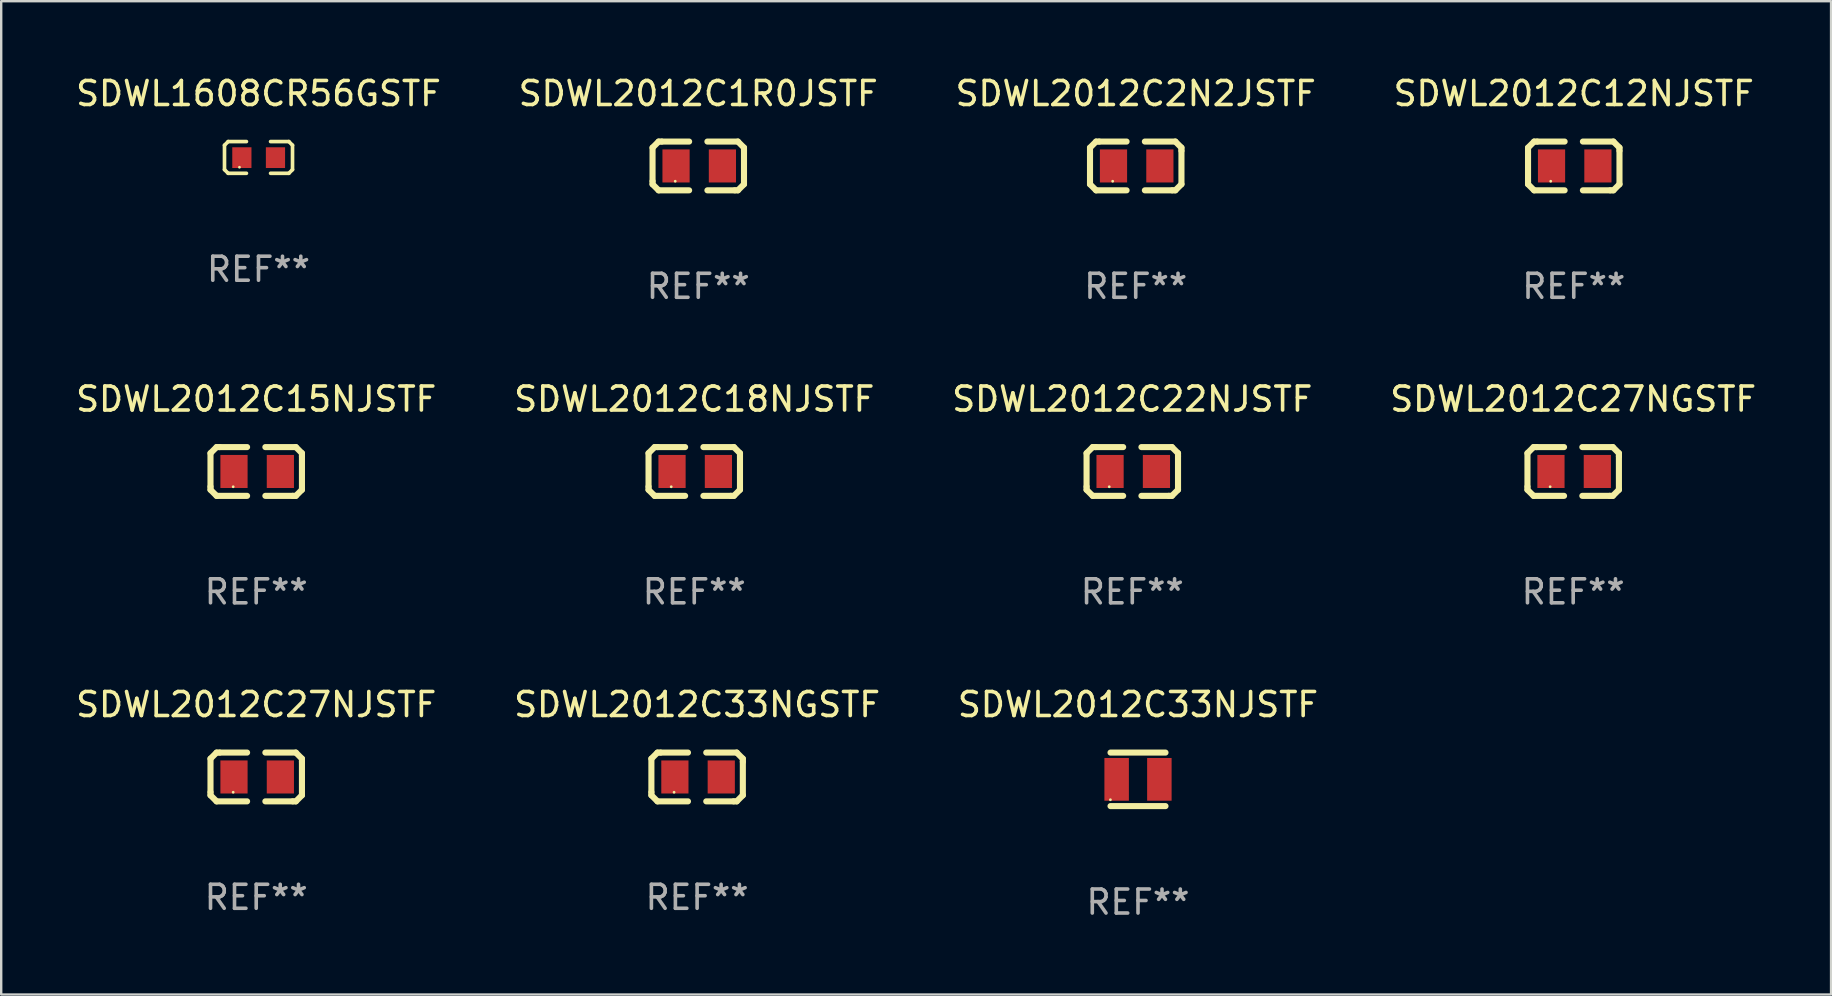
<source format=kicad_pcb>
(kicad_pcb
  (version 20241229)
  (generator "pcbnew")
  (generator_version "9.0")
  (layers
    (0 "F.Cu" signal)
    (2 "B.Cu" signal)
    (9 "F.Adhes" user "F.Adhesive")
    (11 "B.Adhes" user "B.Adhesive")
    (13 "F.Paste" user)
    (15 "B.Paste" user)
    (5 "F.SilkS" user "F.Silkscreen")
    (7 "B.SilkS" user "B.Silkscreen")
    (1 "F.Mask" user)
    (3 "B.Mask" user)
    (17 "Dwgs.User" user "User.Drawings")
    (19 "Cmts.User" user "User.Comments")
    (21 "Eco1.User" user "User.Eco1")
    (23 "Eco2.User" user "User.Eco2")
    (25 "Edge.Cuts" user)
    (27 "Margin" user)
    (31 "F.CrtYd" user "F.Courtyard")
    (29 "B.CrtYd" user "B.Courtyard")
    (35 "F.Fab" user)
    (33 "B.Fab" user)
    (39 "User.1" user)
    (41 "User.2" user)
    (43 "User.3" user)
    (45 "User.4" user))
  (footprint "SDWL2012C15NJSTF"
    (layer "F.Cu")
    (at 7.625 16.593)
    (property "Reference" "SDWL2012C15NJSTF" (at 0 -3.016 0) (layer "F.SilkS") (effects (font (size 1 1) (thickness 0.15))))
    (attr through_hole)
    (fp_line (start -1.905 -0.762) (end -1.905 0.635) (stroke (width 0.254) (type solid)) (layer "F.SilkS"))
    (fp_line (start -1.905 0.635) (end -1.905 0.762) (stroke (width 0.254) (type solid)) (layer "F.SilkS"))
    (fp_line (start -1.905 0.762) (end -1.651 1.016) (stroke (width 0.254) (type solid)) (layer "F.SilkS"))
    (fp_line (start -1.651 -1.016) (end -1.905 -0.762) (stroke (width 0.254) (type solid)) (layer "F.SilkS"))
    (fp_line (start -1.651 1.016) (end -0.381 1.016) (stroke (width 0.254) (type solid)) (layer "F.SilkS"))
    (fp_line (start -1.524 -1.016) (end -1.651 -1.016) (stroke (width 0.254) (type solid)) (layer "F.SilkS"))
    (fp_line (start -0.381 -1.016) (end -1.524 -1.016) (stroke (width 0.254) (type solid)) (layer "F.SilkS"))
    (fp_line (start 0.381 1.016) (end 1.524 1.016) (stroke (width 0.254) (type solid)) (layer "F.SilkS"))
    (fp_line (start 1.524 1.016) (end 1.651 1.016) (stroke (width 0.254) (type solid)) (layer "F.SilkS"))
    (fp_line (start 1.651 -1.016) (end 0.381 -1.016) (stroke (width 0.254) (type solid)) (layer "F.SilkS"))
    (fp_line (start 1.651 1.016) (end 1.905 0.762) (stroke (width 0.254) (type solid)) (layer "F.SilkS"))
    (fp_line (start 1.905 -0.762) (end 1.651 -1.016) (stroke (width 0.254) (type solid)) (layer "F.SilkS"))
    (fp_line (start 1.905 -0.635) (end 1.905 -0.762) (stroke (width 0.254) (type solid)) (layer "F.SilkS"))
    (fp_line (start 1.905 0.762) (end 1.905 -0.635) (stroke (width 0.254) (type solid)) (layer "F.SilkS"))
    (fp_circle (center -0.96 0.637) (end -0.93 0.637) (stroke (width 0.06) (type solid)) (fill no) (layer "F.SilkS"))
    (fp_text user "REF**" (at 0 5.016 0) (layer "F.Fab") (effects (font (size 1 1) (thickness 0.15))))
    (pad "1" smd rect (at -0.926 -0.000051) (size 1.133 1.377) (layers "F.Cu" "F.Mask" "F.Paste"))
    (pad "2" smd rect (at 1.006 -0.000051) (size 1.133 1.377) (layers "F.Cu" "F.Mask" "F.Paste")))
  (footprint "SDWL2012C33NJSTF"
    (layer "F.Cu")
    (at 44.363 29.42)
    (property "Reference" "SDWL2012C33NJSTF" (at 0 -3.115 0) (layer "F.SilkS") (effects (font (size 1 1) (thickness 0.15))))
    (attr through_hole)
    (fp_line (start -1.145 -1.115) (end 1.145 -1.115) (stroke (width 0.254) (type solid)) (layer "F.SilkS"))
    (fp_line (start -1.145 1.115) (end 1.145 1.115) (stroke (width 0.254) (type solid)) (layer "F.SilkS"))
    (fp_circle (center -1.15 0.85) (end -1.12 0.85) (stroke (width 0.06) (type solid)) (fill no) (layer "F.SilkS"))
    (fp_text user "REF**" (at 0 5.115 0) (layer "F.Fab") (effects (font (size 1 1) (thickness 0.15))))
    (pad "1" smd rect (at -0.89 0 90) (size 1.78 1.02) (layers "F.Cu" "F.Mask" "F.Paste"))
    (pad "2" smd rect (at 0.89 0 90) (size 1.78 1.02) (layers "F.Cu" "F.Mask" "F.Paste")))
  (footprint "SDWL2012C22NJSTF"
    (layer "F.Cu")
    (at 44.125 16.593)
    (property "Reference" "SDWL2012C22NJSTF" (at 0 -3.016 0) (layer "F.SilkS") (effects (font (size 1 1) (thickness 0.15))))
    (attr through_hole)
    (fp_line (start -1.905 -0.762) (end -1.905 0.635) (stroke (width 0.254) (type solid)) (layer "F.SilkS"))
    (fp_line (start -1.905 0.635) (end -1.905 0.762) (stroke (width 0.254) (type solid)) (layer "F.SilkS"))
    (fp_line (start -1.905 0.762) (end -1.651 1.016) (stroke (width 0.254) (type solid)) (layer "F.SilkS"))
    (fp_line (start -1.651 -1.016) (end -1.905 -0.762) (stroke (width 0.254) (type solid)) (layer "F.SilkS"))
    (fp_line (start -1.651 1.016) (end -0.381 1.016) (stroke (width 0.254) (type solid)) (layer "F.SilkS"))
    (fp_line (start -1.524 -1.016) (end -1.651 -1.016) (stroke (width 0.254) (type solid)) (layer "F.SilkS"))
    (fp_line (start -0.381 -1.016) (end -1.524 -1.016) (stroke (width 0.254) (type solid)) (layer "F.SilkS"))
    (fp_line (start 0.381 1.016) (end 1.524 1.016) (stroke (width 0.254) (type solid)) (layer "F.SilkS"))
    (fp_line (start 1.524 1.016) (end 1.651 1.016) (stroke (width 0.254) (type solid)) (layer "F.SilkS"))
    (fp_line (start 1.651 -1.016) (end 0.381 -1.016) (stroke (width 0.254) (type solid)) (layer "F.SilkS"))
    (fp_line (start 1.651 1.016) (end 1.905 0.762) (stroke (width 0.254) (type solid)) (layer "F.SilkS"))
    (fp_line (start 1.905 -0.762) (end 1.651 -1.016) (stroke (width 0.254) (type solid)) (layer "F.SilkS"))
    (fp_line (start 1.905 -0.635) (end 1.905 -0.762) (stroke (width 0.254) (type solid)) (layer "F.SilkS"))
    (fp_line (start 1.905 0.762) (end 1.905 -0.635) (stroke (width 0.254) (type solid)) (layer "F.SilkS"))
    (fp_circle (center -0.96 0.637) (end -0.93 0.637) (stroke (width 0.06) (type solid)) (fill no) (layer "F.SilkS"))
    (fp_text user "REF**" (at 0 5.016 0) (layer "F.Fab") (effects (font (size 1 1) (thickness 0.15))))
    (pad "1" smd rect (at -0.926 -0.000051) (size 1.133 1.377) (layers "F.Cu" "F.Mask" "F.Paste"))
    (pad "2" smd rect (at 1.006 -0.000051) (size 1.133 1.377) (layers "F.Cu" "F.Mask" "F.Paste")))
  (footprint "SDWL2012C27NJSTF"
    (layer "F.Cu")
    (at 7.625 29.321)
    (property "Reference" "SDWL2012C27NJSTF" (at 0 -3.016 0) (layer "F.SilkS") (effects (font (size 1 1) (thickness 0.15))))
    (attr through_hole)
    (fp_line (start -1.905 -0.762) (end -1.905 0.635) (stroke (width 0.254) (type solid)) (layer "F.SilkS"))
    (fp_line (start -1.905 0.635) (end -1.905 0.762) (stroke (width 0.254) (type solid)) (layer "F.SilkS"))
    (fp_line (start -1.905 0.762) (end -1.651 1.016) (stroke (width 0.254) (type solid)) (layer "F.SilkS"))
    (fp_line (start -1.651 -1.016) (end -1.905 -0.762) (stroke (width 0.254) (type solid)) (layer "F.SilkS"))
    (fp_line (start -1.651 1.016) (end -0.381 1.016) (stroke (width 0.254) (type solid)) (layer "F.SilkS"))
    (fp_line (start -1.524 -1.016) (end -1.651 -1.016) (stroke (width 0.254) (type solid)) (layer "F.SilkS"))
    (fp_line (start -0.381 -1.016) (end -1.524 -1.016) (stroke (width 0.254) (type solid)) (layer "F.SilkS"))
    (fp_line (start 0.381 1.016) (end 1.524 1.016) (stroke (width 0.254) (type solid)) (layer "F.SilkS"))
    (fp_line (start 1.524 1.016) (end 1.651 1.016) (stroke (width 0.254) (type solid)) (layer "F.SilkS"))
    (fp_line (start 1.651 -1.016) (end 0.381 -1.016) (stroke (width 0.254) (type solid)) (layer "F.SilkS"))
    (fp_line (start 1.651 1.016) (end 1.905 0.762) (stroke (width 0.254) (type solid)) (layer "F.SilkS"))
    (fp_line (start 1.905 -0.762) (end 1.651 -1.016) (stroke (width 0.254) (type solid)) (layer "F.SilkS"))
    (fp_line (start 1.905 -0.635) (end 1.905 -0.762) (stroke (width 0.254) (type solid)) (layer "F.SilkS"))
    (fp_line (start 1.905 0.762) (end 1.905 -0.635) (stroke (width 0.254) (type solid)) (layer "F.SilkS"))
    (fp_circle (center -0.96 0.637) (end -0.93 0.637) (stroke (width 0.06) (type solid)) (fill no) (layer "F.SilkS"))
    (fp_text user "REF**" (at 0 5.016 0) (layer "F.Fab") (effects (font (size 1 1) (thickness 0.15))))
    (pad "1" smd rect (at -0.926 -0.000051) (size 1.133 1.377) (layers "F.Cu" "F.Mask" "F.Paste"))
    (pad "2" smd rect (at 1.006 -0.000051) (size 1.133 1.377) (layers "F.Cu" "F.Mask" "F.Paste")))
  (footprint "SDWL2012C1R0JSTF"
    (layer "F.Cu")
    (at 26.042 3.864)
    (property "Reference" "SDWL2012C1R0JSTF" (at 0 -3.016 0) (layer "F.SilkS") (effects (font (size 1 1) (thickness 0.15))))
    (attr through_hole)
    (fp_line (start -1.905 -0.762) (end -1.905 0.635) (stroke (width 0.254) (type solid)) (layer "F.SilkS"))
    (fp_line (start -1.905 0.635) (end -1.905 0.762) (stroke (width 0.254) (type solid)) (layer "F.SilkS"))
    (fp_line (start -1.905 0.762) (end -1.651 1.016) (stroke (width 0.254) (type solid)) (layer "F.SilkS"))
    (fp_line (start -1.651 -1.016) (end -1.905 -0.762) (stroke (width 0.254) (type solid)) (layer "F.SilkS"))
    (fp_line (start -1.651 1.016) (end -0.381 1.016) (stroke (width 0.254) (type solid)) (layer "F.SilkS"))
    (fp_line (start -1.524 -1.016) (end -1.651 -1.016) (stroke (width 0.254) (type solid)) (layer "F.SilkS"))
    (fp_line (start -0.381 -1.016) (end -1.524 -1.016) (stroke (width 0.254) (type solid)) (layer "F.SilkS"))
    (fp_line (start 0.381 1.016) (end 1.524 1.016) (stroke (width 0.254) (type solid)) (layer "F.SilkS"))
    (fp_line (start 1.524 1.016) (end 1.651 1.016) (stroke (width 0.254) (type solid)) (layer "F.SilkS"))
    (fp_line (start 1.651 -1.016) (end 0.381 -1.016) (stroke (width 0.254) (type solid)) (layer "F.SilkS"))
    (fp_line (start 1.651 1.016) (end 1.905 0.762) (stroke (width 0.254) (type solid)) (layer "F.SilkS"))
    (fp_line (start 1.905 -0.762) (end 1.651 -1.016) (stroke (width 0.254) (type solid)) (layer "F.SilkS"))
    (fp_line (start 1.905 -0.635) (end 1.905 -0.762) (stroke (width 0.254) (type solid)) (layer "F.SilkS"))
    (fp_line (start 1.905 0.762) (end 1.905 -0.635) (stroke (width 0.254) (type solid)) (layer "F.SilkS"))
    (fp_circle (center -0.96 0.637) (end -0.93 0.637) (stroke (width 0.06) (type solid)) (fill no) (layer "F.SilkS"))
    (fp_text user "REF**" (at 0 5.016 0) (layer "F.Fab") (effects (font (size 1 1) (thickness 0.15))))
    (pad "1" smd rect (at -0.926 -0.000051) (size 1.133 1.377) (layers "F.Cu" "F.Mask" "F.Paste"))
    (pad "2" smd rect (at 1.006 -0.000051) (size 1.133 1.377) (layers "F.Cu" "F.Mask" "F.Paste")))
  (footprint "SDWL2012C2N2JSTF"
    (layer "F.Cu")
    (at 44.268 3.864)
    (property "Reference" "SDWL2012C2N2JSTF" (at 0 -3.016 0) (layer "F.SilkS") (effects (font (size 1 1) (thickness 0.15))))
    (attr through_hole)
    (fp_line (start -1.905 -0.762) (end -1.905 0.635) (stroke (width 0.254) (type solid)) (layer "F.SilkS"))
    (fp_line (start -1.905 0.635) (end -1.905 0.762) (stroke (width 0.254) (type solid)) (layer "F.SilkS"))
    (fp_line (start -1.905 0.762) (end -1.651 1.016) (stroke (width 0.254) (type solid)) (layer "F.SilkS"))
    (fp_line (start -1.651 -1.016) (end -1.905 -0.762) (stroke (width 0.254) (type solid)) (layer "F.SilkS"))
    (fp_line (start -1.651 1.016) (end -0.381 1.016) (stroke (width 0.254) (type solid)) (layer "F.SilkS"))
    (fp_line (start -1.524 -1.016) (end -1.651 -1.016) (stroke (width 0.254) (type solid)) (layer "F.SilkS"))
    (fp_line (start -0.381 -1.016) (end -1.524 -1.016) (stroke (width 0.254) (type solid)) (layer "F.SilkS"))
    (fp_line (start 0.381 1.016) (end 1.524 1.016) (stroke (width 0.254) (type solid)) (layer "F.SilkS"))
    (fp_line (start 1.524 1.016) (end 1.651 1.016) (stroke (width 0.254) (type solid)) (layer "F.SilkS"))
    (fp_line (start 1.651 -1.016) (end 0.381 -1.016) (stroke (width 0.254) (type solid)) (layer "F.SilkS"))
    (fp_line (start 1.651 1.016) (end 1.905 0.762) (stroke (width 0.254) (type solid)) (layer "F.SilkS"))
    (fp_line (start 1.905 -0.762) (end 1.651 -1.016) (stroke (width 0.254) (type solid)) (layer "F.SilkS"))
    (fp_line (start 1.905 -0.635) (end 1.905 -0.762) (stroke (width 0.254) (type solid)) (layer "F.SilkS"))
    (fp_line (start 1.905 0.762) (end 1.905 -0.635) (stroke (width 0.254) (type solid)) (layer "F.SilkS"))
    (fp_circle (center -0.96 0.637) (end -0.93 0.637) (stroke (width 0.06) (type solid)) (fill no) (layer "F.SilkS"))
    (fp_text user "REF**" (at 0 5.016 0) (layer "F.Fab") (effects (font (size 1 1) (thickness 0.15))))
    (pad "1" smd rect (at -0.926 -0.000051) (size 1.133 1.377) (layers "F.Cu" "F.Mask" "F.Paste"))
    (pad "2" smd rect (at 1.006 -0.000051) (size 1.133 1.377) (layers "F.Cu" "F.Mask" "F.Paste")))
  (footprint "SDWL1608CR56GSTF"
    (layer "F.Cu")
    (at 7.72 3.509)
    (property "Reference" "SDWL1608CR56GSTF" (at 0 -2.661 0) (layer "F.SilkS") (effects (font (size 1 1) (thickness 0.15))))
    (attr through_hole)
    (fp_line (start -1.417 -0.508) (end -1.265 -0.661) (stroke (width 0.152) (type solid)) (layer "F.SilkS"))
    (fp_line (start -1.417 0.508) (end -1.417 -0.508) (stroke (width 0.152) (type solid)) (layer "F.SilkS"))
    (fp_line (start -1.265 -0.661) (end -0.503 -0.661) (stroke (width 0.152) (type solid)) (layer "F.SilkS"))
    (fp_line (start -1.265 0.661) (end -1.417 0.508) (stroke (width 0.152) (type solid)) (layer "F.SilkS"))
    (fp_line (start -1.265 0.661) (end -0.503 0.661) (stroke (width 0.152) (type solid)) (layer "F.SilkS"))
    (fp_line (start 1.265 -0.661) (end 0.503 -0.661) (stroke (width 0.152) (type solid)) (layer "F.SilkS"))
    (fp_line (start 1.265 -0.661) (end 1.417 -0.508) (stroke (width 0.152) (type solid)) (layer "F.SilkS"))
    (fp_line (start 1.265 0.661) (end 0.503 0.661) (stroke (width 0.152) (type solid)) (layer "F.SilkS"))
    (fp_line (start 1.417 -0.508) (end 1.417 0.508) (stroke (width 0.152) (type solid)) (layer "F.SilkS"))
    (fp_line (start 1.417 0.508) (end 1.265 0.661) (stroke (width 0.152) (type solid)) (layer "F.SilkS"))
    (fp_circle (center -0.793 0.409) (end -0.763 0.409) (stroke (width 0.06) (type solid)) (fill no) (layer "F.SilkS"))
    (fp_text user "REF**" (at 0 4.661 0) (layer "F.Fab") (effects (font (size 1 1) (thickness 0.15))))
    (pad "1" smd rect (at -0.693 0.009 180) (size 0.8 0.864) (layers "F.Cu" "F.Mask" "F.Paste"))
    (pad "2" smd rect (at 0.707 0.009 180) (size 0.8 0.864) (layers "F.Cu" "F.Mask" "F.Paste")))
  (footprint "SDWL2012C27NGSTF"
    (layer "F.Cu")
    (at 62.494 16.593)
    (property "Reference" "SDWL2012C27NGSTF" (at 0 -3.016 0) (layer "F.SilkS") (effects (font (size 1 1) (thickness 0.15))))
    (attr through_hole)
    (fp_line (start -1.905 -0.762) (end -1.905 0.635) (stroke (width 0.254) (type solid)) (layer "F.SilkS"))
    (fp_line (start -1.905 0.635) (end -1.905 0.762) (stroke (width 0.254) (type solid)) (layer "F.SilkS"))
    (fp_line (start -1.905 0.762) (end -1.651 1.016) (stroke (width 0.254) (type solid)) (layer "F.SilkS"))
    (fp_line (start -1.651 -1.016) (end -1.905 -0.762) (stroke (width 0.254) (type solid)) (layer "F.SilkS"))
    (fp_line (start -1.651 1.016) (end -0.381 1.016) (stroke (width 0.254) (type solid)) (layer "F.SilkS"))
    (fp_line (start -1.524 -1.016) (end -1.651 -1.016) (stroke (width 0.254) (type solid)) (layer "F.SilkS"))
    (fp_line (start -0.381 -1.016) (end -1.524 -1.016) (stroke (width 0.254) (type solid)) (layer "F.SilkS"))
    (fp_line (start 0.381 1.016) (end 1.524 1.016) (stroke (width 0.254) (type solid)) (layer "F.SilkS"))
    (fp_line (start 1.524 1.016) (end 1.651 1.016) (stroke (width 0.254) (type solid)) (layer "F.SilkS"))
    (fp_line (start 1.651 -1.016) (end 0.381 -1.016) (stroke (width 0.254) (type solid)) (layer "F.SilkS"))
    (fp_line (start 1.651 1.016) (end 1.905 0.762) (stroke (width 0.254) (type solid)) (layer "F.SilkS"))
    (fp_line (start 1.905 -0.762) (end 1.651 -1.016) (stroke (width 0.254) (type solid)) (layer "F.SilkS"))
    (fp_line (start 1.905 -0.635) (end 1.905 -0.762) (stroke (width 0.254) (type solid)) (layer "F.SilkS"))
    (fp_line (start 1.905 0.762) (end 1.905 -0.635) (stroke (width 0.254) (type solid)) (layer "F.SilkS"))
    (fp_circle (center -0.96 0.637) (end -0.93 0.637) (stroke (width 0.06) (type solid)) (fill no) (layer "F.SilkS"))
    (fp_text user "REF**" (at 0 5.016 0) (layer "F.Fab") (effects (font (size 1 1) (thickness 0.15))))
    (pad "1" smd rect (at -0.926 -0.000051) (size 1.133 1.377) (layers "F.Cu" "F.Mask" "F.Paste"))
    (pad "2" smd rect (at 1.006 -0.000051) (size 1.133 1.377) (layers "F.Cu" "F.Mask" "F.Paste")))
  (footprint "SDWL2012C12NJSTF"
    (layer "F.Cu")
    (at 62.518 3.864)
    (property "Reference" "SDWL2012C12NJSTF" (at 0 -3.016 0) (layer "F.SilkS") (effects (font (size 1 1) (thickness 0.15))))
    (attr through_hole)
    (fp_line (start -1.905 -0.762) (end -1.905 0.635) (stroke (width 0.254) (type solid)) (layer "F.SilkS"))
    (fp_line (start -1.905 0.635) (end -1.905 0.762) (stroke (width 0.254) (type solid)) (layer "F.SilkS"))
    (fp_line (start -1.905 0.762) (end -1.651 1.016) (stroke (width 0.254) (type solid)) (layer "F.SilkS"))
    (fp_line (start -1.651 -1.016) (end -1.905 -0.762) (stroke (width 0.254) (type solid)) (layer "F.SilkS"))
    (fp_line (start -1.651 1.016) (end -0.381 1.016) (stroke (width 0.254) (type solid)) (layer "F.SilkS"))
    (fp_line (start -1.524 -1.016) (end -1.651 -1.016) (stroke (width 0.254) (type solid)) (layer "F.SilkS"))
    (fp_line (start -0.381 -1.016) (end -1.524 -1.016) (stroke (width 0.254) (type solid)) (layer "F.SilkS"))
    (fp_line (start 0.381 1.016) (end 1.524 1.016) (stroke (width 0.254) (type solid)) (layer "F.SilkS"))
    (fp_line (start 1.524 1.016) (end 1.651 1.016) (stroke (width 0.254) (type solid)) (layer "F.SilkS"))
    (fp_line (start 1.651 -1.016) (end 0.381 -1.016) (stroke (width 0.254) (type solid)) (layer "F.SilkS"))
    (fp_line (start 1.651 1.016) (end 1.905 0.762) (stroke (width 0.254) (type solid)) (layer "F.SilkS"))
    (fp_line (start 1.905 -0.762) (end 1.651 -1.016) (stroke (width 0.254) (type solid)) (layer "F.SilkS"))
    (fp_line (start 1.905 -0.635) (end 1.905 -0.762) (stroke (width 0.254) (type solid)) (layer "F.SilkS"))
    (fp_line (start 1.905 0.762) (end 1.905 -0.635) (stroke (width 0.254) (type solid)) (layer "F.SilkS"))
    (fp_circle (center -0.96 0.637) (end -0.93 0.637) (stroke (width 0.06) (type solid)) (fill no) (layer "F.SilkS"))
    (fp_text user "REF**" (at 0 5.016 0) (layer "F.Fab") (effects (font (size 1 1) (thickness 0.15))))
    (pad "1" smd rect (at -0.926 -0.000051) (size 1.133 1.377) (layers "F.Cu" "F.Mask" "F.Paste"))
    (pad "2" smd rect (at 1.006 -0.000051) (size 1.133 1.377) (layers "F.Cu" "F.Mask" "F.Paste")))
  (footprint "SDWL2012C18NJSTF"
    (layer "F.Cu")
    (at 25.875 16.593)
    (property "Reference" "SDWL2012C18NJSTF" (at 0 -3.016 0) (layer "F.SilkS") (effects (font (size 1 1) (thickness 0.15))))
    (attr through_hole)
    (fp_line (start -1.905 -0.762) (end -1.905 0.635) (stroke (width 0.254) (type solid)) (layer "F.SilkS"))
    (fp_line (start -1.905 0.635) (end -1.905 0.762) (stroke (width 0.254) (type solid)) (layer "F.SilkS"))
    (fp_line (start -1.905 0.762) (end -1.651 1.016) (stroke (width 0.254) (type solid)) (layer "F.SilkS"))
    (fp_line (start -1.651 -1.016) (end -1.905 -0.762) (stroke (width 0.254) (type solid)) (layer "F.SilkS"))
    (fp_line (start -1.651 1.016) (end -0.381 1.016) (stroke (width 0.254) (type solid)) (layer "F.SilkS"))
    (fp_line (start -1.524 -1.016) (end -1.651 -1.016) (stroke (width 0.254) (type solid)) (layer "F.SilkS"))
    (fp_line (start -0.381 -1.016) (end -1.524 -1.016) (stroke (width 0.254) (type solid)) (layer "F.SilkS"))
    (fp_line (start 0.381 1.016) (end 1.524 1.016) (stroke (width 0.254) (type solid)) (layer "F.SilkS"))
    (fp_line (start 1.524 1.016) (end 1.651 1.016) (stroke (width 0.254) (type solid)) (layer "F.SilkS"))
    (fp_line (start 1.651 -1.016) (end 0.381 -1.016) (stroke (width 0.254) (type solid)) (layer "F.SilkS"))
    (fp_line (start 1.651 1.016) (end 1.905 0.762) (stroke (width 0.254) (type solid)) (layer "F.SilkS"))
    (fp_line (start 1.905 -0.762) (end 1.651 -1.016) (stroke (width 0.254) (type solid)) (layer "F.SilkS"))
    (fp_line (start 1.905 -0.635) (end 1.905 -0.762) (stroke (width 0.254) (type solid)) (layer "F.SilkS"))
    (fp_line (start 1.905 0.762) (end 1.905 -0.635) (stroke (width 0.254) (type solid)) (layer "F.SilkS"))
    (fp_circle (center -0.96 0.637) (end -0.93 0.637) (stroke (width 0.06) (type solid)) (fill no) (layer "F.SilkS"))
    (fp_text user "REF**" (at 0 5.016 0) (layer "F.Fab") (effects (font (size 1 1) (thickness 0.15))))
    (pad "1" smd rect (at -0.926 -0.000051) (size 1.133 1.377) (layers "F.Cu" "F.Mask" "F.Paste"))
    (pad "2" smd rect (at 1.006 -0.000051) (size 1.133 1.377) (layers "F.Cu" "F.Mask" "F.Paste")))
  (footprint "SDWL2012C33NGSTF"
    (layer "F.Cu")
    (at 25.994 29.321)
    (property "Reference" "SDWL2012C33NGSTF" (at 0 -3.016 0) (layer "F.SilkS") (effects (font (size 1 1) (thickness 0.15))))
    (attr through_hole)
    (fp_line (start -1.905 -0.762) (end -1.905 0.635) (stroke (width 0.254) (type solid)) (layer "F.SilkS"))
    (fp_line (start -1.905 0.635) (end -1.905 0.762) (stroke (width 0.254) (type solid)) (layer "F.SilkS"))
    (fp_line (start -1.905 0.762) (end -1.651 1.016) (stroke (width 0.254) (type solid)) (layer "F.SilkS"))
    (fp_line (start -1.651 -1.016) (end -1.905 -0.762) (stroke (width 0.254) (type solid)) (layer "F.SilkS"))
    (fp_line (start -1.651 1.016) (end -0.381 1.016) (stroke (width 0.254) (type solid)) (layer "F.SilkS"))
    (fp_line (start -1.524 -1.016) (end -1.651 -1.016) (stroke (width 0.254) (type solid)) (layer "F.SilkS"))
    (fp_line (start -0.381 -1.016) (end -1.524 -1.016) (stroke (width 0.254) (type solid)) (layer "F.SilkS"))
    (fp_line (start 0.381 1.016) (end 1.524 1.016) (stroke (width 0.254) (type solid)) (layer "F.SilkS"))
    (fp_line (start 1.524 1.016) (end 1.651 1.016) (stroke (width 0.254) (type solid)) (layer "F.SilkS"))
    (fp_line (start 1.651 -1.016) (end 0.381 -1.016) (stroke (width 0.254) (type solid)) (layer "F.SilkS"))
    (fp_line (start 1.651 1.016) (end 1.905 0.762) (stroke (width 0.254) (type solid)) (layer "F.SilkS"))
    (fp_line (start 1.905 -0.762) (end 1.651 -1.016) (stroke (width 0.254) (type solid)) (layer "F.SilkS"))
    (fp_line (start 1.905 -0.635) (end 1.905 -0.762) (stroke (width 0.254) (type solid)) (layer "F.SilkS"))
    (fp_line (start 1.905 0.762) (end 1.905 -0.635) (stroke (width 0.254) (type solid)) (layer "F.SilkS"))
    (fp_circle (center -0.96 0.637) (end -0.93 0.637) (stroke (width 0.06) (type solid)) (fill no) (layer "F.SilkS"))
    (fp_text user "REF**" (at 0 5.016 0) (layer "F.Fab") (effects (font (size 1 1) (thickness 0.15))))
    (pad "1" smd rect (at -0.926 -0.000051) (size 1.133 1.377) (layers "F.Cu" "F.Mask" "F.Paste"))
    (pad "2" smd rect (at 1.006 -0.000051) (size 1.133 1.377) (layers "F.Cu" "F.Mask" "F.Paste")))
  (gr_rect
    (start -3 -3)
    (end 73.238 38.384)
    (stroke (width 0.1) (type default))
    (fill no)
    (layer "Edge.Cuts")))
</source>
